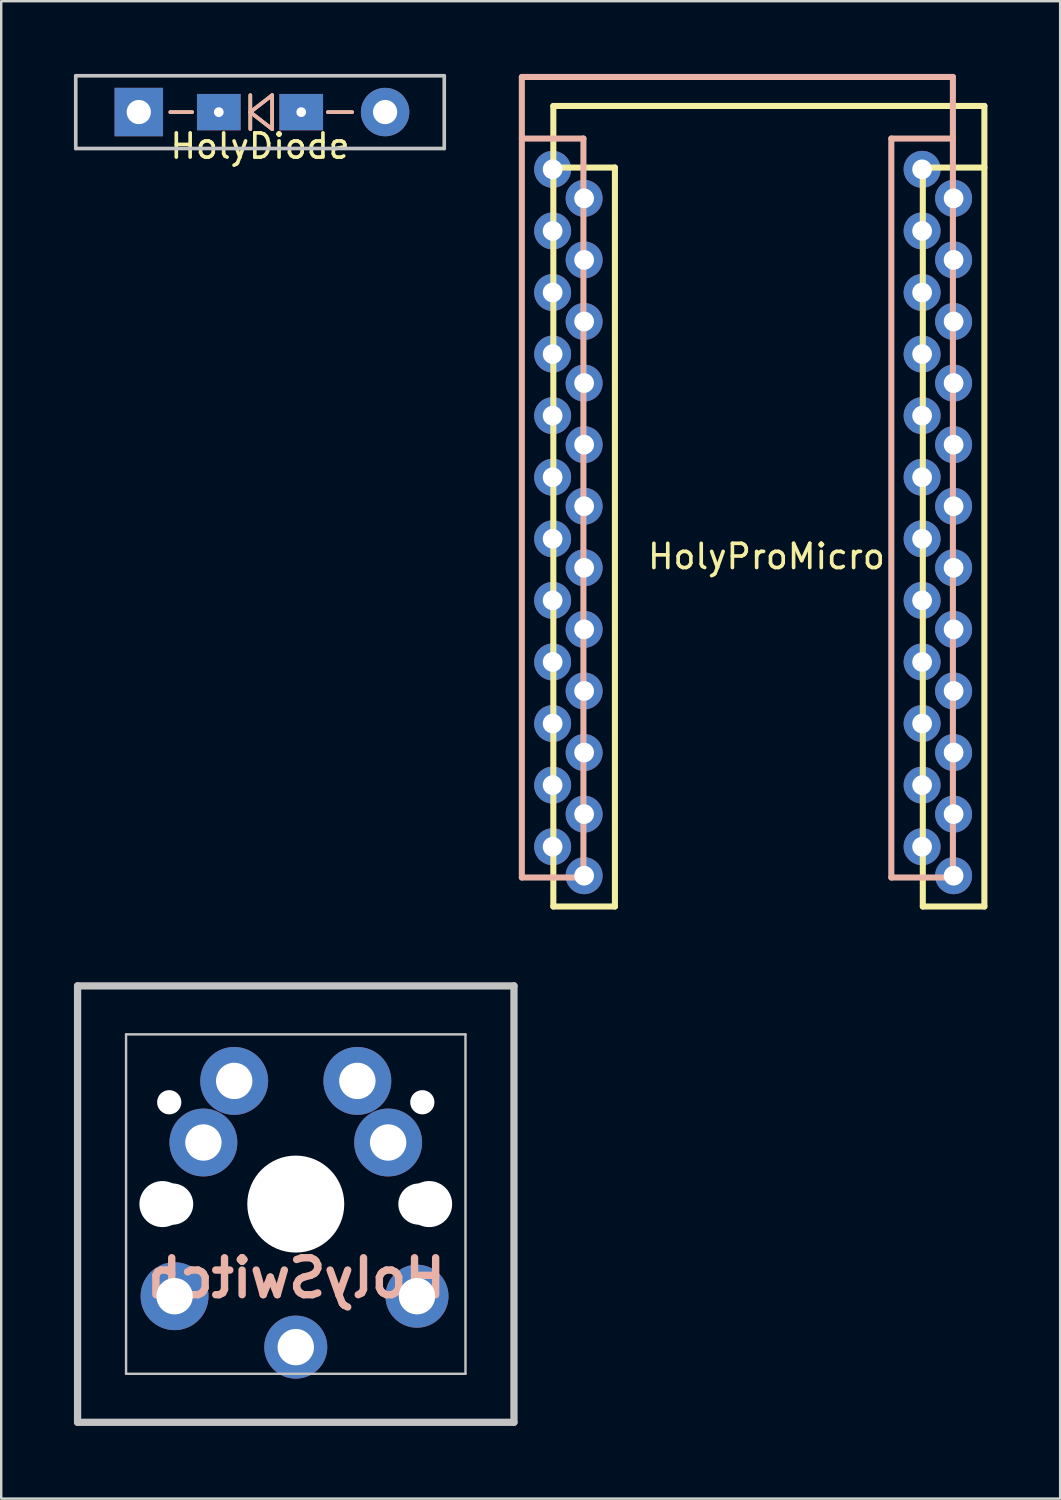
<source format=kicad_pcb>
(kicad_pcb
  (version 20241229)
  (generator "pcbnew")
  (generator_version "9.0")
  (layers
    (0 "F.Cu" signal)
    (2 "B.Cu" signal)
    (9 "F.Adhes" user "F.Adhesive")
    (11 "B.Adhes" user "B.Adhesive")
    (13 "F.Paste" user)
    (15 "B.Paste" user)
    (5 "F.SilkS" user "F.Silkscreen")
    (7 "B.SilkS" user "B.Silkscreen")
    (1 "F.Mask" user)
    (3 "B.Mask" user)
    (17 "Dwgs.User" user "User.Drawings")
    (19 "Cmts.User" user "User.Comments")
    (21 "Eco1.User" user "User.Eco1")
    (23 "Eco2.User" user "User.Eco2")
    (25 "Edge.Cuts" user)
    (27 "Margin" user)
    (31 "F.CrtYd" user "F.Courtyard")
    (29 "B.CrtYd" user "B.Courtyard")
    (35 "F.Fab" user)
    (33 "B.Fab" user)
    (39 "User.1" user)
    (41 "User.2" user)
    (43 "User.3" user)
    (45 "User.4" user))
  (footprint "HolySwitch"
    (layer "F.Cu")
    (at 9.15 46.616)
    (property "Reference" "HolySwitch" (at 0 3.048 0) (layer "B.SilkS") (effects (font (size 1.524 1.524) (thickness 0.305)) (justify mirror)))
    (attr through_hole)
    (fp_line (start -9 -9) (end 9 -9) (stroke (width 0.3) (type solid)) (layer "Dwgs.User"))
    (fp_line (start -9 9) (end -9 -9) (stroke (width 0.3) (type solid)) (layer "Dwgs.User"))
    (fp_line (start -7 -7) (end 7 -7) (stroke (width 0.1) (type solid)) (layer "Dwgs.User"))
    (fp_line (start -7 7) (end -7 -7) (stroke (width 0.1) (type solid)) (layer "Dwgs.User"))
    (fp_line (start 7 -7) (end 7 7) (stroke (width 0.1) (type solid)) (layer "Dwgs.User"))
    (fp_line (start 7 7) (end -7 7) (stroke (width 0.1) (type solid)) (layer "Dwgs.User"))
    (fp_line (start 9 -9) (end 9 9) (stroke (width 0.3) (type solid)) (layer "Dwgs.User"))
    (fp_line (start 9 9) (end -9 9) (stroke (width 0.3) (type solid)) (layer "Dwgs.User"))
    (pad "" np_thru_hole circle (at -5.5 0) (size 1.9 1.9) (drill 1.9) (layers "*.Cu" "*.Mask"))
    (pad "" np_thru_hole circle (at -5.22 -4.2) (size 1 1) (drill 1) (layers "*.Cu" "*.Mask"))
    (pad "" np_thru_hole circle (at -5.08 0) (size 1.7 1.7) (drill 1.7) (layers "*.Cu" "*.Mask"))
    (pad "" np_thru_hole circle (at 0 0) (size 4 4) (drill 4) (layers "*.Cu" "*.Mask"))
    (pad "" np_thru_hole circle (at 5.08 0) (size 1.7 1.7) (drill 1.7) (layers "*.Cu" "*.Mask"))
    (pad "" np_thru_hole circle (at 5.22 -4.2) (size 1 1) (drill 1) (layers "*.Cu" "*.Mask"))
    (pad "" np_thru_hole circle (at 5.5 0) (size 1.9 1.9) (drill 1.9) (layers "*.Cu" "*.Mask"))
    (pad "1" thru_hole circle (at -3.81 -2.54) (size 2.8 2.8) (drill 1.5) (layers "*.Cu" "*.Mask"))
    (pad "1" thru_hole circle (at -2.54 -5.08) (size 2.8 2.8) (drill 1.5) (layers "*.Cu" "*.Mask"))
    (pad "1" thru_hole circle (at 0 5.9) (size 2.6 2.6) (drill 1.5) (layers "*.Cu" "*.Mask"))
    (pad "2" thru_hole circle (at -5 3.8) (size 2.8 2.8) (drill 1.5) (layers "*.Cu" "*.Mask"))
    (pad "2" thru_hole circle (at 2.54 -5.08) (size 2.8 2.8) (drill 1.5) (layers "*.Cu" "*.Mask"))
    (pad "2" thru_hole circle (at 3.81 -2.54) (size 2.8 2.8) (drill 1.5) (layers "*.Cu" "*.Mask"))
    (pad "2" thru_hole circle (at 5 3.8) (size 2.6 2.6) (drill 1.5) (layers "*.Cu" "*.Mask")))
  (footprint "HolyProMicro"
    (layer "F.Cu")
    (at 28.565 18.705)
    (property "Reference" "HolyProMicro" (at 0 1.2 0) (layer "F.SilkS") (effects (font (size 1 1) (thickness 0.15))))
    (attr through_hole)
    (fp_line (start -8.791 -17.384) (end -8.791 15.636) (stroke (width 0.25) (type solid)) (layer "F.SilkS"))
    (fp_line (start -8.791 -14.844) (end -8.791 15.636) (stroke (width 0.15) (type solid)) (layer "F.SilkS"))
    (fp_line (start -8.791 15.636) (end -6.251 15.636) (stroke (width 0.25) (type solid)) (layer "F.SilkS"))
    (fp_line (start -6.251 -14.844) (end -8.791 -14.844) (stroke (width 0.25) (type solid)) (layer "F.SilkS"))
    (fp_line (start -6.251 15.636) (end -6.251 -14.844) (stroke (width 0.25) (type solid)) (layer "F.SilkS"))
    (fp_line (start 6.449 -14.844) (end 6.449 15.636) (stroke (width 0.25) (type solid)) (layer "F.SilkS"))
    (fp_line (start 6.449 15.636) (end 8.989 15.636) (stroke (width 0.25) (type solid)) (layer "F.SilkS"))
    (fp_line (start 8.989 -17.384) (end -8.791 -17.384) (stroke (width 0.25) (type solid)) (layer "F.SilkS"))
    (fp_line (start 8.989 -14.844) (end 6.449 -14.844) (stroke (width 0.25) (type solid)) (layer "F.SilkS"))
    (fp_line (start 8.989 15.636) (end 8.989 -17.384) (stroke (width 0.25) (type solid)) (layer "F.SilkS"))
    (fp_line (start 8.989 15.636) (end 8.989 -14.844) (stroke (width 0.15) (type solid)) (layer "F.SilkS"))
    (fp_line (start -10.09 -18.58) (end 7.69 -18.58) (stroke (width 0.25) (type solid)) (layer "B.SilkS"))
    (fp_line (start -10.09 -16.04) (end -7.55 -16.04) (stroke (width 0.25) (type solid)) (layer "B.SilkS"))
    (fp_line (start -10.09 14.44) (end -10.09 -18.58) (stroke (width 0.25) (type solid)) (layer "B.SilkS"))
    (fp_line (start -10.09 14.44) (end -10.09 -16.04) (stroke (width 0.15) (type solid)) (layer "B.SilkS"))
    (fp_line (start -7.55 -16.04) (end -7.55 14.44) (stroke (width 0.25) (type solid)) (layer "B.SilkS"))
    (fp_line (start -7.55 14.44) (end -10.09 14.44) (stroke (width 0.25) (type solid)) (layer "B.SilkS"))
    (fp_line (start 5.15 -16.04) (end 7.69 -16.04) (stroke (width 0.25) (type solid)) (layer "B.SilkS"))
    (fp_line (start 5.15 14.44) (end 5.15 -16.04) (stroke (width 0.25) (type solid)) (layer "B.SilkS"))
    (fp_line (start 7.69 -18.58) (end 7.69 14.44) (stroke (width 0.25) (type solid)) (layer "B.SilkS"))
    (fp_line (start 7.69 -16.04) (end 7.69 14.44) (stroke (width 0.15) (type solid)) (layer "B.SilkS"))
    (fp_line (start 7.69 14.44) (end 5.15 14.44) (stroke (width 0.25) (type solid)) (layer "B.SilkS"))
    (pad "1" thru_hole circle (at -8.82 -14.77) (size 1.524 1.524) (drill 0.813) (layers "*.Cu" "*.Mask"))
    (pad "1" thru_hole circle (at 7.719 -13.574 180) (size 1.524 1.524) (drill 0.813) (layers "*.Cu" "*.Mask"))
    (pad "2" thru_hole circle (at -8.82 -12.23) (size 1.524 1.524) (drill 0.813) (layers "*.Cu" "*.Mask"))
    (pad "2" thru_hole circle (at 7.719 -11.034 180) (size 1.524 1.524) (drill 0.813) (layers "*.Cu" "*.Mask"))
    (pad "3" thru_hole circle (at -8.82 -9.69) (size 1.524 1.524) (drill 0.813) (layers "*.Cu" "*.Mask"))
    (pad "3" thru_hole circle (at 7.719 -8.494 180) (size 1.524 1.524) (drill 0.813) (layers "*.Cu" "*.Mask"))
    (pad "4" thru_hole circle (at -8.82 -7.15) (size 1.524 1.524) (drill 0.813) (layers "*.Cu" "*.Mask"))
    (pad "4" thru_hole circle (at 7.719 -5.954 180) (size 1.524 1.524) (drill 0.813) (layers "*.Cu" "*.Mask"))
    (pad "5" thru_hole circle (at -8.82 -4.61) (size 1.524 1.524) (drill 0.813) (layers "*.Cu" "*.Mask"))
    (pad "5" thru_hole circle (at 7.719 -3.414 180) (size 1.524 1.524) (drill 0.813) (layers "*.Cu" "*.Mask"))
    (pad "6" thru_hole circle (at -8.82 -2.07) (size 1.524 1.524) (drill 0.813) (layers "*.Cu" "*.Mask"))
    (pad "6" thru_hole circle (at 7.719 -0.874 180) (size 1.524 1.524) (drill 0.813) (layers "*.Cu" "*.Mask"))
    (pad "7" thru_hole circle (at -8.82 0.47) (size 1.524 1.524) (drill 0.813) (layers "*.Cu" "*.Mask"))
    (pad "7" thru_hole circle (at 7.719 1.666 180) (size 1.524 1.524) (drill 0.813) (layers "*.Cu" "*.Mask"))
    (pad "8" thru_hole circle (at -8.82 3.01) (size 1.524 1.524) (drill 0.813) (layers "*.Cu" "*.Mask"))
    (pad "8" thru_hole circle (at 7.719 4.206 180) (size 1.524 1.524) (drill 0.813) (layers "*.Cu" "*.Mask"))
    (pad "9" thru_hole circle (at -8.82 5.55) (size 1.524 1.524) (drill 0.813) (layers "*.Cu" "*.Mask"))
    (pad "9" thru_hole circle (at 7.719 6.746 180) (size 1.524 1.524) (drill 0.813) (layers "*.Cu" "*.Mask"))
    (pad "10" thru_hole circle (at -8.82 8.09) (size 1.524 1.524) (drill 0.813) (layers "*.Cu" "*.Mask"))
    (pad "10" thru_hole circle (at 7.719 9.286 180) (size 1.524 1.524) (drill 0.813) (layers "*.Cu" "*.Mask"))
    (pad "11" thru_hole circle (at -8.82 10.63) (size 1.524 1.524) (drill 0.813) (layers "*.Cu" "*.Mask"))
    (pad "11" thru_hole circle (at 7.719 11.826 180) (size 1.524 1.524) (drill 0.813) (layers "*.Cu" "*.Mask"))
    (pad "12" thru_hole circle (at -8.82 13.17) (size 1.524 1.524) (drill 0.813) (layers "*.Cu" "*.Mask"))
    (pad "12" thru_hole circle (at 7.719 14.366 180) (size 1.524 1.524) (drill 0.813) (layers "*.Cu" "*.Mask"))
    (pad "13" thru_hole circle (at -7.521 14.366 180) (size 1.524 1.524) (drill 0.813) (layers "*.Cu" "*.Mask"))
    (pad "13" thru_hole circle (at 6.42 13.17) (size 1.524 1.524) (drill 0.813) (layers "*.Cu" "*.Mask"))
    (pad "14" thru_hole circle (at -7.521 11.826 180) (size 1.524 1.524) (drill 0.813) (layers "*.Cu" "*.Mask"))
    (pad "14" thru_hole circle (at 6.42 10.63) (size 1.524 1.524) (drill 0.813) (layers "*.Cu" "*.Mask"))
    (pad "15" thru_hole circle (at -7.521 9.286 180) (size 1.524 1.524) (drill 0.813) (layers "*.Cu" "*.Mask"))
    (pad "15" thru_hole circle (at 6.42 8.09) (size 1.524 1.524) (drill 0.813) (layers "*.Cu" "*.Mask"))
    (pad "16" thru_hole circle (at -7.521 6.746 180) (size 1.524 1.524) (drill 0.813) (layers "*.Cu" "*.Mask"))
    (pad "16" thru_hole circle (at 6.42 5.55) (size 1.524 1.524) (drill 0.813) (layers "*.Cu" "*.Mask"))
    (pad "17" thru_hole circle (at -7.521 4.206 180) (size 1.524 1.524) (drill 0.813) (layers "*.Cu" "*.Mask"))
    (pad "17" thru_hole circle (at 6.42 3.01) (size 1.524 1.524) (drill 0.813) (layers "*.Cu" "*.Mask"))
    (pad "18" thru_hole circle (at -7.521 1.666 180) (size 1.524 1.524) (drill 0.813) (layers "*.Cu" "*.Mask"))
    (pad "18" thru_hole circle (at 6.42 0.47) (size 1.524 1.524) (drill 0.813) (layers "*.Cu" "*.Mask"))
    (pad "19" thru_hole circle (at -7.521 -0.874 180) (size 1.524 1.524) (drill 0.813) (layers "*.Cu" "*.Mask"))
    (pad "19" thru_hole circle (at 6.42 -2.07) (size 1.524 1.524) (drill 0.813) (layers "*.Cu" "*.Mask"))
    (pad "20" thru_hole circle (at -7.521 -3.414 180) (size 1.524 1.524) (drill 0.813) (layers "*.Cu" "*.Mask"))
    (pad "20" thru_hole circle (at 6.42 -4.61) (size 1.524 1.524) (drill 0.813) (layers "*.Cu" "*.Mask"))
    (pad "21" thru_hole circle (at -7.521 -5.954 180) (size 1.524 1.524) (drill 0.813) (layers "*.Cu" "*.Mask"))
    (pad "21" thru_hole circle (at 6.42 -7.15) (size 1.524 1.524) (drill 0.813) (layers "*.Cu" "*.Mask"))
    (pad "22" thru_hole circle (at -7.521 -8.494 180) (size 1.524 1.524) (drill 0.813) (layers "*.Cu" "*.Mask"))
    (pad "22" thru_hole circle (at 6.42 -9.69) (size 1.524 1.524) (drill 0.813) (layers "*.Cu" "*.Mask"))
    (pad "23" thru_hole circle (at -7.521 -11.034 180) (size 1.524 1.524) (drill 0.813) (layers "*.Cu" "*.Mask"))
    (pad "23" thru_hole circle (at 6.42 -12.23) (size 1.524 1.524) (drill 0.813) (layers "*.Cu" "*.Mask"))
    (pad "24" thru_hole circle (at -7.521 -13.574 180) (size 1.524 1.524) (drill 0.813) (layers "*.Cu" "*.Mask"))
    (pad "24" thru_hole circle (at 6.42 -14.77) (size 1.524 1.524) (drill 0.813) (layers "*.Cu" "*.Mask")))
  (footprint "HolyDiode"
    (placed yes)
    (layer "F.Cu")
    (at 7.675 1.575)
    (property "Reference" "HolyDiode" (at 0 1.4 0) (layer "F.SilkS") (effects (font (size 1 1) (thickness 0.15))))
    (attr through_hole)
    (fp_line (start -3.7 0) (end -2.8 0) (stroke (width 0.15) (type solid)) (layer "F.SilkS"))
    (fp_line (start -0.4 -0.7) (end -0.4 0.7) (stroke (width 0.15) (type solid)) (layer "F.SilkS"))
    (fp_line (start -0.4 0) (end 0.5 -0.7) (stroke (width 0.15) (type solid)) (layer "F.SilkS"))
    (fp_line (start 0.5 -0.7) (end 0.5 0.7) (stroke (width 0.15) (type solid)) (layer "F.SilkS"))
    (fp_line (start 0.5 0.7) (end -0.4 0) (stroke (width 0.15) (type solid)) (layer "F.SilkS"))
    (fp_line (start 2.8 0) (end 3.8 0) (stroke (width 0.15) (type solid)) (layer "F.SilkS"))
    (fp_line (start -2.8 0) (end -3.7 0) (stroke (width 0.15) (type solid)) (layer "B.SilkS"))
    (fp_line (start -0.4 -0.7) (end -0.4 0.7) (stroke (width 0.15) (type solid)) (layer "B.SilkS"))
    (fp_line (start -0.4 0) (end 0.5 -0.7) (stroke (width 0.15) (type solid)) (layer "B.SilkS"))
    (fp_line (start 0.5 -0.7) (end 0.5 0.7) (stroke (width 0.15) (type solid)) (layer "B.SilkS"))
    (fp_line (start 0.5 0.7) (end -0.4 0) (stroke (width 0.15) (type solid)) (layer "B.SilkS"))
    (fp_line (start 2.8 0) (end 3.8 0) (stroke (width 0.15) (type solid)) (layer "B.SilkS"))
    (fp_line (start -7.6 -1.5) (end -7.6 1.5) (stroke (width 0.15) (type solid)) (layer "Dwgs.User"))
    (fp_line (start -7.6 -1.5) (end 7.6 -1.5) (stroke (width 0.15) (type solid)) (layer "Dwgs.User"))
    (fp_line (start -7.6 1.5) (end 7.6 1.5) (stroke (width 0.15) (type solid)) (layer "Dwgs.User"))
    (fp_line (start 7.6 -1.5) (end 7.6 1.5) (stroke (width 0.15) (type solid)) (layer "Dwgs.User"))
    (pad "1" thru_hole rect (at -5 -0.003 180) (size 1.999 1.999) (drill 1) (layers "*.Cu" "*.Mask"))
    (pad "1" thru_hole rect (at -1.7 0) (size 1.8 1.5) (drill 0.4) (layers "*.Cu" "*.Mask"))
    (pad "2" thru_hole rect (at 1.7 0) (size 1.8 1.5) (drill 0.4) (layers "*.Cu" "*.Mask"))
    (pad "2" thru_hole circle (at 5.16 -0.003 180) (size 1.999 1.999) (drill 1) (layers "*.Cu" "*.Mask")))
  (gr_rect
    (start -3 -3)
    (end 40.679 58.766)
    (stroke (width 0.1) (type default))
    (fill no)
    (layer "Edge.Cuts")))
</source>
